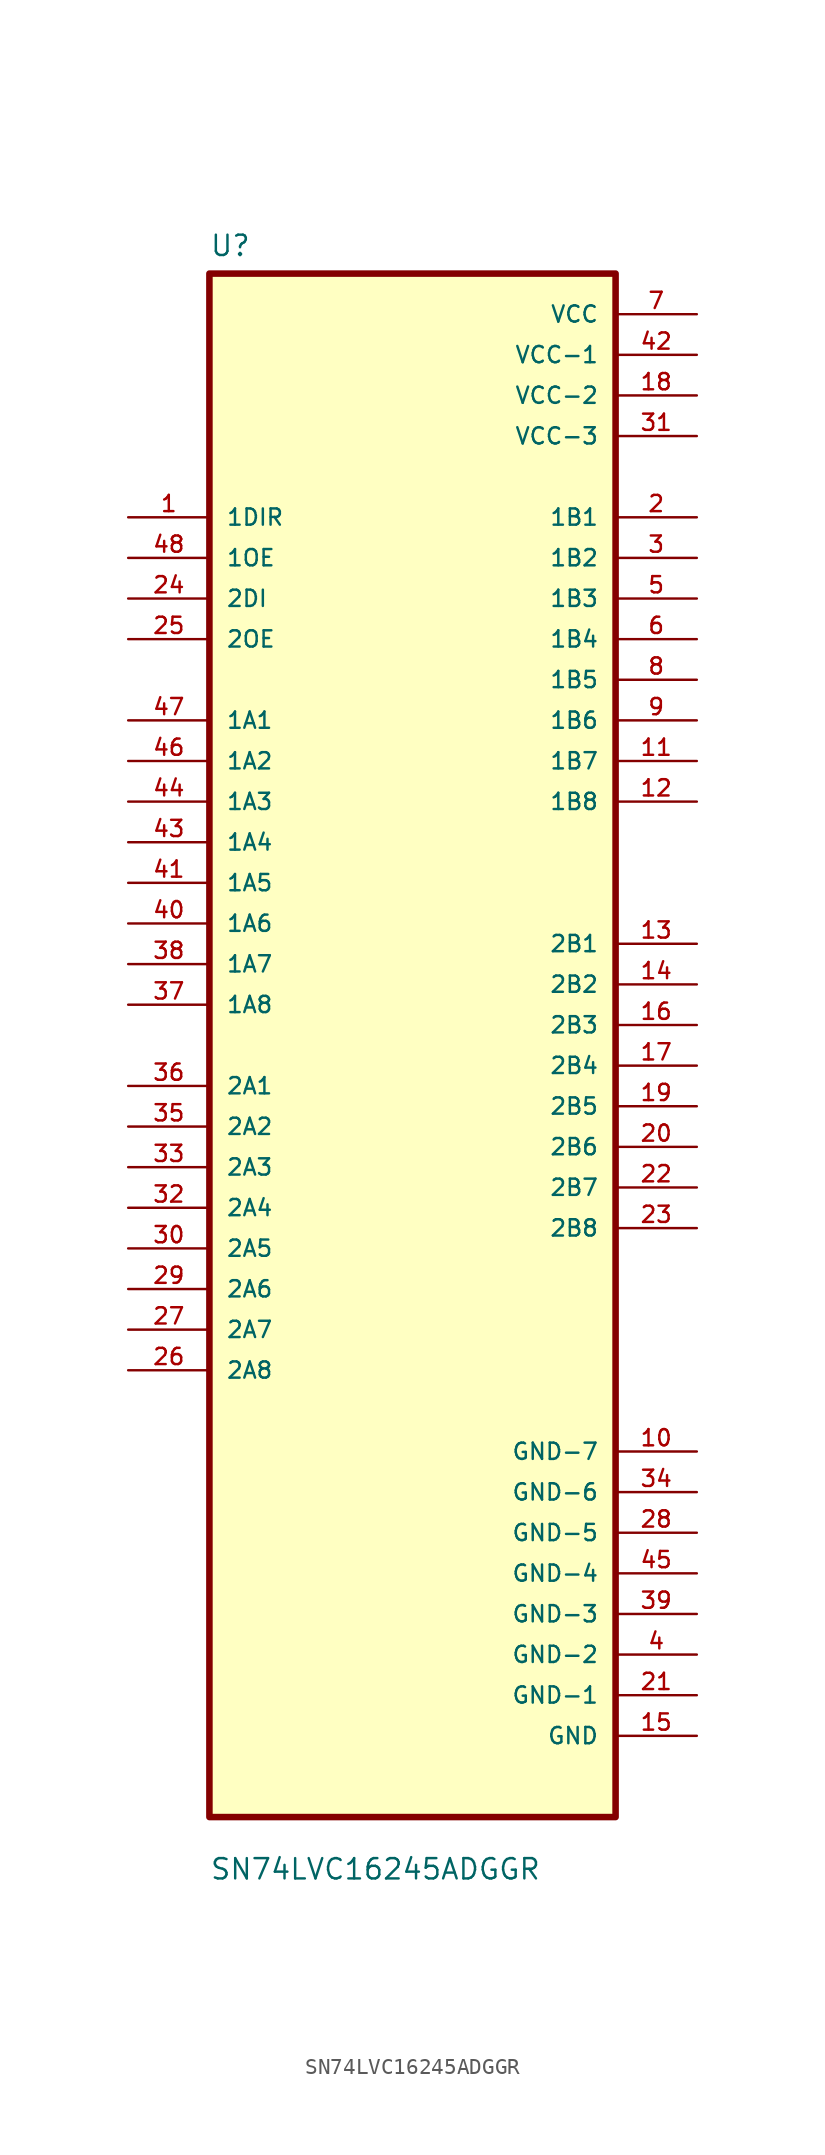
<source format=kicad_sym>
(kicad_symbol_lib
  (version 20241209)
  (generator "kicad_symbol_editor")
  (generator_version "9.0")
  (symbol "SN74LVC16245ADGGR"
    (pin_names
      (offset 1.016))
    (property "Reference" "U"
      (at -12.7 49.26 0)
      (effects (font (size 1.27 1.27)) (justify left bottom)))
    (property "Value" "SN74LVC16245ADGGR"
      (at -12.7 -52.26 0)
      (effects (font (size 1.27 1.27)) (justify left bottom)))
    (symbol "SN74LVC16245ADGGR_0_0"
      (rectangle (start -12.7 -48.26) (end 12.7 48.26) (stroke (width 0.41) (type default)) (fill (type background)))
      (pin input line (at -17.78 33.02 0) (length 5.08) (name "1DIR" (effects (font (size 1.016 1.016)))) (number "1" (effects (font (size 1.016 1.016)))))
      (pin input line (at -17.78 30.48 0) (length 5.08) (name "1OE" (effects (font (size 1.016 1.016)))) (number "48" (effects (font (size 1.016 1.016)))))
      (pin input line (at -17.78 27.94 0) (length 5.08) (name "2DI" (effects (font (size 1.016 1.016)))) (number "24" (effects (font (size 1.016 1.016)))))
      (pin input line (at -17.78 25.4 0) (length 5.08) (name "2OE" (effects (font (size 1.016 1.016)))) (number "25" (effects (font (size 1.016 1.016)))))
      (pin bidirectional line (at -17.78 20.32 0) (length 5.08) (name "1A1" (effects (font (size 1.016 1.016)))) (number "47" (effects (font (size 1.016 1.016)))))
      (pin bidirectional line (at -17.78 17.78 0) (length 5.08) (name "1A2" (effects (font (size 1.016 1.016)))) (number "46" (effects (font (size 1.016 1.016)))))
      (pin bidirectional line (at -17.78 15.24 0) (length 5.08) (name "1A3" (effects (font (size 1.016 1.016)))) (number "44" (effects (font (size 1.016 1.016)))))
      (pin bidirectional line (at -17.78 12.7 0) (length 5.08) (name "1A4" (effects (font (size 1.016 1.016)))) (number "43" (effects (font (size 1.016 1.016)))))
      (pin bidirectional line (at -17.78 10.16 0) (length 5.08) (name "1A5" (effects (font (size 1.016 1.016)))) (number "41" (effects (font (size 1.016 1.016)))))
      (pin bidirectional line (at -17.78 7.62 0) (length 5.08) (name "1A6" (effects (font (size 1.016 1.016)))) (number "40" (effects (font (size 1.016 1.016)))))
      (pin bidirectional line (at -17.78 5.08 0) (length 5.08) (name "1A7" (effects (font (size 1.016 1.016)))) (number "38" (effects (font (size 1.016 1.016)))))
      (pin bidirectional line (at -17.78 2.54 0) (length 5.08) (name "1A8" (effects (font (size 1.016 1.016)))) (number "37" (effects (font (size 1.016 1.016)))))
      (pin bidirectional line (at -17.78 -2.54 0) (length 5.08) (name "2A1" (effects (font (size 1.016 1.016)))) (number "36" (effects (font (size 1.016 1.016)))))
      (pin bidirectional line (at -17.78 -5.08 0) (length 5.08) (name "2A2" (effects (font (size 1.016 1.016)))) (number "35" (effects (font (size 1.016 1.016)))))
      (pin bidirectional line (at -17.78 -7.62 0) (length 5.08) (name "2A3" (effects (font (size 1.016 1.016)))) (number "33" (effects (font (size 1.016 1.016)))))
      (pin bidirectional line (at -17.78 -10.16 0) (length 5.08) (name "2A4" (effects (font (size 1.016 1.016)))) (number "32" (effects (font (size 1.016 1.016)))))
      (pin bidirectional line (at -17.78 -12.7 0) (length 5.08) (name "2A5" (effects (font (size 1.016 1.016)))) (number "30" (effects (font (size 1.016 1.016)))))
      (pin bidirectional line (at -17.78 -15.24 0) (length 5.08) (name "2A6" (effects (font (size 1.016 1.016)))) (number "29" (effects (font (size 1.016 1.016)))))
      (pin bidirectional line (at -17.78 -17.78 0) (length 5.08) (name "2A7" (effects (font (size 1.016 1.016)))) (number "27" (effects (font (size 1.016 1.016)))))
      (pin bidirectional line (at -17.78 -20.32 0) (length 5.08) (name "2A8" (effects (font (size 1.016 1.016)))) (number "26" (effects (font (size 1.016 1.016)))))
      (pin power_in line (at 17.78 45.72 180) (length 5.08) (name "VCC" (effects (font (size 1.016 1.016)))) (number "7" (effects (font (size 1.016 1.016)))))
      (pin power_in line (at 17.78 43.18 180) (length 5.08) (name "VCC-1" (effects (font (size 1.016 1.016)))) (number "42" (effects (font (size 1.016 1.016)))))
      (pin power_in line (at 17.78 40.64 180) (length 5.08) (name "VCC-2" (effects (font (size 1.016 1.016)))) (number "18" (effects (font (size 1.016 1.016)))))
      (pin power_in line (at 17.78 38.1 180) (length 5.08) (name "VCC-3" (effects (font (size 1.016 1.016)))) (number "31" (effects (font (size 1.016 1.016)))))
      (pin bidirectional line (at 17.78 33.02 180) (length 5.08) (name "1B1" (effects (font (size 1.016 1.016)))) (number "2" (effects (font (size 1.016 1.016)))))
      (pin bidirectional line (at 17.78 30.48 180) (length 5.08) (name "1B2" (effects (font (size 1.016 1.016)))) (number "3" (effects (font (size 1.016 1.016)))))
      (pin bidirectional line (at 17.78 27.94 180) (length 5.08) (name "1B3" (effects (font (size 1.016 1.016)))) (number "5" (effects (font (size 1.016 1.016)))))
      (pin bidirectional line (at 17.78 25.4 180) (length 5.08) (name "1B4" (effects (font (size 1.016 1.016)))) (number "6" (effects (font (size 1.016 1.016)))))
      (pin bidirectional line (at 17.78 22.86 180) (length 5.08) (name "1B5" (effects (font (size 1.016 1.016)))) (number "8" (effects (font (size 1.016 1.016)))))
      (pin bidirectional line (at 17.78 20.32 180) (length 5.08) (name "1B6" (effects (font (size 1.016 1.016)))) (number "9" (effects (font (size 1.016 1.016)))))
      (pin bidirectional line (at 17.78 17.78 180) (length 5.08) (name "1B7" (effects (font (size 1.016 1.016)))) (number "11" (effects (font (size 1.016 1.016)))))
      (pin bidirectional line (at 17.78 15.24 180) (length 5.08) (name "1B8" (effects (font (size 1.016 1.016)))) (number "12" (effects (font (size 1.016 1.016)))))
      (pin bidirectional line (at 17.78 6.35 180) (length 5.08) (name "2B1" (effects (font (size 1.016 1.016)))) (number "13" (effects (font (size 1.016 1.016)))))
      (pin bidirectional line (at 17.78 3.81 180) (length 5.08) (name "2B2" (effects (font (size 1.016 1.016)))) (number "14" (effects (font (size 1.016 1.016)))))
      (pin bidirectional line (at 17.78 1.27 180) (length 5.08) (name "2B3" (effects (font (size 1.016 1.016)))) (number "16" (effects (font (size 1.016 1.016)))))
      (pin bidirectional line (at 17.78 -1.27 180) (length 5.08) (name "2B4" (effects (font (size 1.016 1.016)))) (number "17" (effects (font (size 1.016 1.016)))))
      (pin bidirectional line (at 17.78 -3.81 180) (length 5.08) (name "2B5" (effects (font (size 1.016 1.016)))) (number "19" (effects (font (size 1.016 1.016)))))
      (pin bidirectional line (at 17.78 -6.35 180) (length 5.08) (name "2B6" (effects (font (size 1.016 1.016)))) (number "20" (effects (font (size 1.016 1.016)))))
      (pin bidirectional line (at 17.78 -8.89 180) (length 5.08) (name "2B7" (effects (font (size 1.016 1.016)))) (number "22" (effects (font (size 1.016 1.016)))))
      (pin bidirectional line (at 17.78 -11.43 180) (length 5.08) (name "2B8" (effects (font (size 1.016 1.016)))) (number "23" (effects (font (size 1.016 1.016)))))
      (pin power_in line (at 17.78 -25.4 180) (length 5.08) (name "GND-7" (effects (font (size 1.016 1.016)))) (number "10" (effects (font (size 1.016 1.016)))))
      (pin power_in line (at 17.78 -27.94 180) (length 5.08) (name "GND-6" (effects (font (size 1.016 1.016)))) (number "34" (effects (font (size 1.016 1.016)))))
      (pin power_in line (at 17.78 -30.48 180) (length 5.08) (name "GND-5" (effects (font (size 1.016 1.016)))) (number "28" (effects (font (size 1.016 1.016)))))
      (pin power_in line (at 17.78 -33.02 180) (length 5.08) (name "GND-4" (effects (font (size 1.016 1.016)))) (number "45" (effects (font (size 1.016 1.016)))))
      (pin power_in line (at 17.78 -35.56 180) (length 5.08) (name "GND-3" (effects (font (size 1.016 1.016)))) (number "39" (effects (font (size 1.016 1.016)))))
      (pin power_in line (at 17.78 -38.1 180) (length 5.08) (name "GND-2" (effects (font (size 1.016 1.016)))) (number "4" (effects (font (size 1.016 1.016)))))
      (pin power_in line (at 17.78 -40.64 180) (length 5.08) (name "GND-1" (effects (font (size 1.016 1.016)))) (number "21" (effects (font (size 1.016 1.016)))))
      (pin power_in line (at 17.78 -43.18 180) (length 5.08) (name "GND" (effects (font (size 1.016 1.016)))) (number "15" (effects (font (size 1.016 1.016))))))))
</source>
